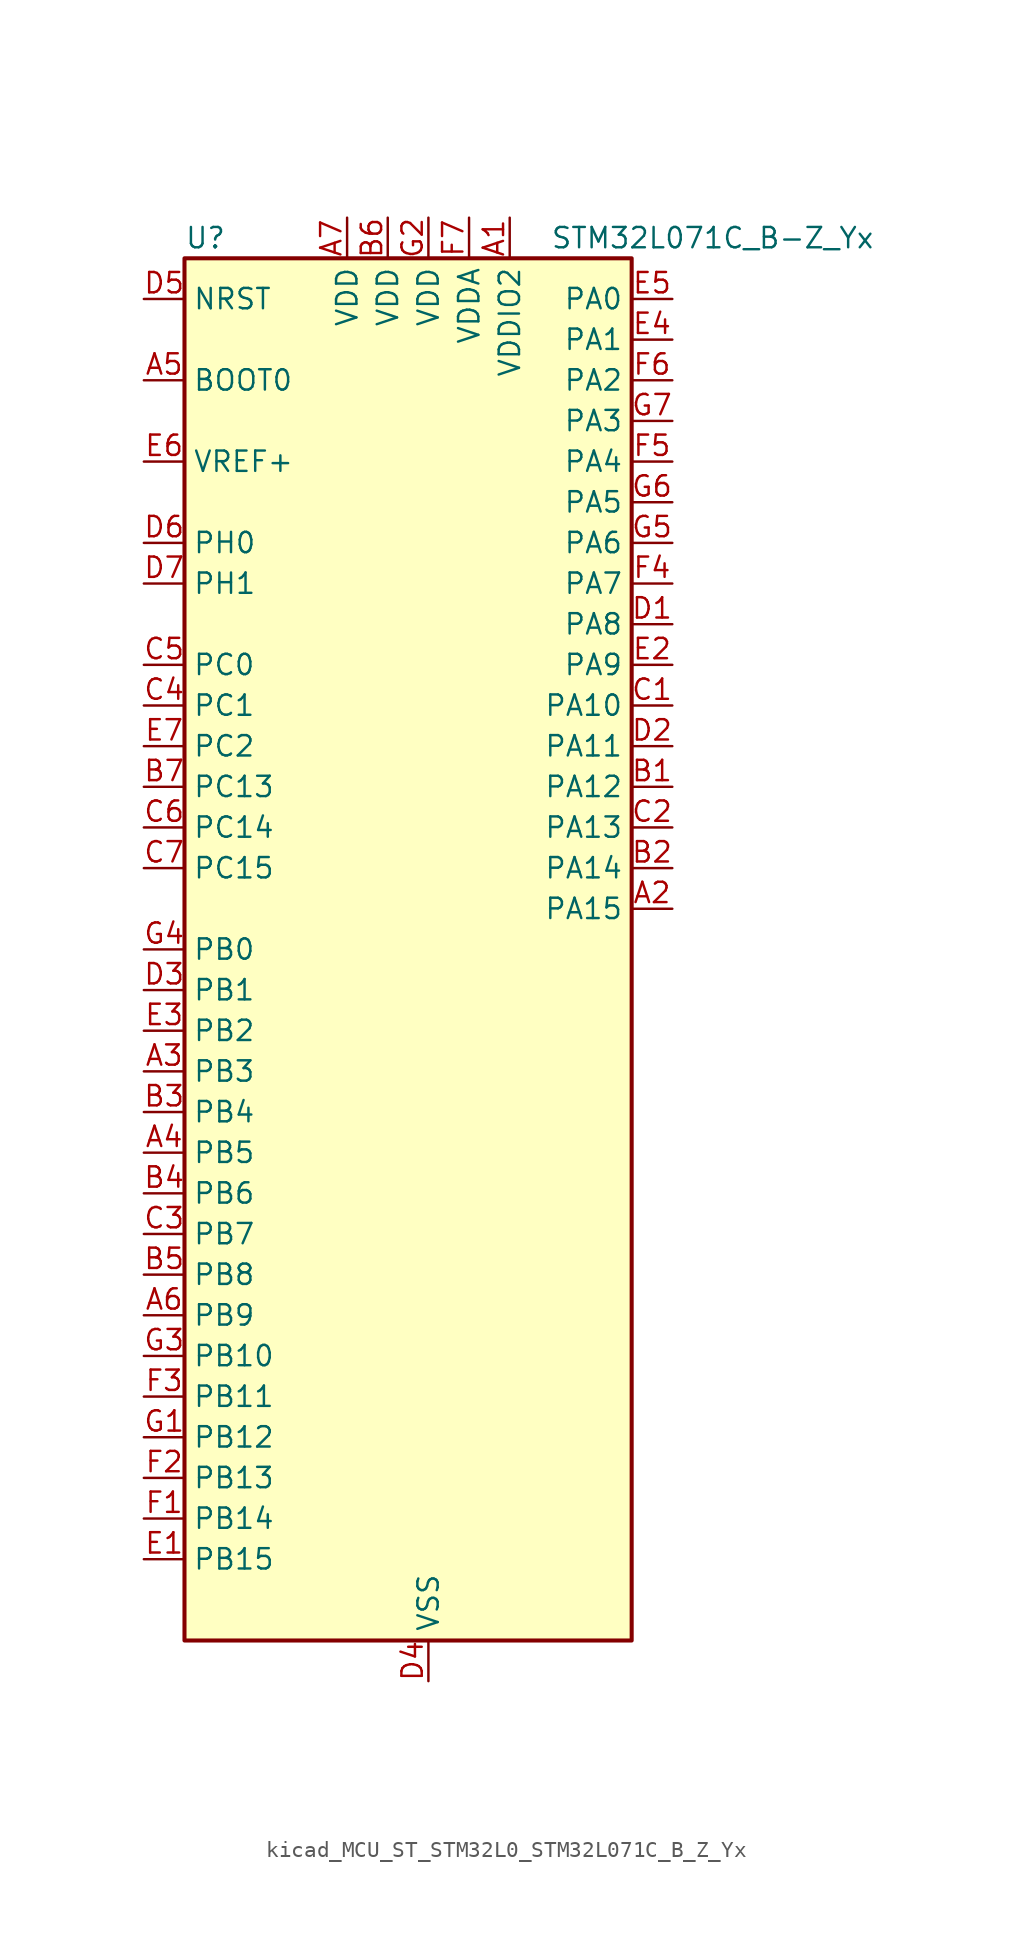
<source format=kicad_sym>
(kicad_symbol_lib
  (version 20220914)
  (generator kicad_symbol_editor)
  (symbol "kicad_MCU_ST_STM32L0_STM32L071C_B_Z_Yx"
    (property "Reference" "U"
      (at -12.7 44.45 0)
      (effects (font (size 1.27 1.27)) (justify left)))
    (property "Value" "STM32L071C_B-Z_Yx"
      (at 10.16 44.45 0)
      (effects (font (size 1.27 1.27)) (justify left)))
    (property "ki_locked" ""
      (at 0 0 0)
      (effects (font (size 1.27 1.27))))
    (symbol "kicad_MCU_ST_STM32L0_STM32L071C_B_Z_Yx_0_1"
      (rectangle (start -12.7 -43.18) (end 15.24 43.18) (stroke (width 0.254) (type default)) (fill (type background))))
    (symbol "kicad_MCU_ST_STM32L0_STM32L071C_B_Z_Yx_1_1"
      (pin power_in line (at 7.62 45.72 270) (length 2.54) (name "VDDIO2" (effects (font (size 1.27 1.27)))) (number "A1" (effects (font (size 1.27 1.27)))))
      (pin bidirectional line (at 17.78 2.54 180) (length 2.54) (name "PA15" (effects (font (size 1.27 1.27)))) (number "A2" (effects (font (size 1.27 1.27)))) (alternate "SPI1_NSS" bidirectional line) (alternate "TIM2_CH1" bidirectional line) (alternate "TIM2_ETR" bidirectional line) (alternate "USART2_RX" bidirectional line) (alternate "USART4_DE" bidirectional line) (alternate "USART4_RTS" bidirectional line))
      (pin bidirectional line (at -15.24 -7.62 0) (length 2.54) (name "PB3" (effects (font (size 1.27 1.27)))) (number "A3" (effects (font (size 1.27 1.27)))) (alternate "COMP2_INM" bidirectional line) (alternate "SPI1_SCK" bidirectional line) (alternate "TIM2_CH2" bidirectional line) (alternate "USART1_DE" bidirectional line) (alternate "USART1_RTS" bidirectional line) (alternate "USART5_TX" bidirectional line))
      (pin bidirectional line (at -15.24 -12.7 0) (length 2.54) (name "PB5" (effects (font (size 1.27 1.27)))) (number "A4" (effects (font (size 1.27 1.27)))) (alternate "COMP2_INP" bidirectional line) (alternate "I2C1_SMBA" bidirectional line) (alternate "LPTIM1_IN1" bidirectional line) (alternate "SPI1_MOSI" bidirectional line) (alternate "TIM22_CH2" bidirectional line) (alternate "TIM3_CH2" bidirectional line) (alternate "USART1_CK" bidirectional line) (alternate "USART5_CK" bidirectional line) (alternate "USART5_DE" bidirectional line) (alternate "USART5_RTS" bidirectional line))
      (pin input line (at -15.24 35.56 0) (length 2.54) (name "BOOT0" (effects (font (size 1.27 1.27)))) (number "A5" (effects (font (size 1.27 1.27)))))
      (pin bidirectional line (at -15.24 -22.86 0) (length 2.54) (name "PB9" (effects (font (size 1.27 1.27)))) (number "A6" (effects (font (size 1.27 1.27)))) (alternate "I2C1_SDA" bidirectional line) (alternate "I2S2_WS" bidirectional line) (alternate "SPI2_NSS" bidirectional line))
      (pin power_in line (at -2.54 45.72 270) (length 2.54) (name "VDD" (effects (font (size 1.27 1.27)))) (number "A7" (effects (font (size 1.27 1.27)))))
      (pin bidirectional line (at 17.78 10.16 180) (length 2.54) (name "PA12" (effects (font (size 1.27 1.27)))) (number "B1" (effects (font (size 1.27 1.27)))) (alternate "COMP2_OUT" bidirectional line) (alternate "SPI1_MOSI" bidirectional line) (alternate "USART1_DE" bidirectional line) (alternate "USART1_RTS" bidirectional line))
      (pin bidirectional line (at 17.78 5.08 180) (length 2.54) (name "PA14" (effects (font (size 1.27 1.27)))) (number "B2" (effects (font (size 1.27 1.27)))) (alternate "LPUART1_TX" bidirectional line) (alternate "SYS_SWCLK" bidirectional line) (alternate "USART2_TX" bidirectional line))
      (pin bidirectional line (at -15.24 -10.16 0) (length 2.54) (name "PB4" (effects (font (size 1.27 1.27)))) (number "B3" (effects (font (size 1.27 1.27)))) (alternate "COMP2_INP" bidirectional line) (alternate "I2C3_SDA" bidirectional line) (alternate "SPI1_MISO" bidirectional line) (alternate "TIM22_CH1" bidirectional line) (alternate "TIM3_CH1" bidirectional line) (alternate "USART1_CTS" bidirectional line) (alternate "USART5_RX" bidirectional line))
      (pin bidirectional line (at -15.24 -15.24 0) (length 2.54) (name "PB6" (effects (font (size 1.27 1.27)))) (number "B4" (effects (font (size 1.27 1.27)))) (alternate "COMP2_INP" bidirectional line) (alternate "I2C1_SCL" bidirectional line) (alternate "LPTIM1_ETR" bidirectional line) (alternate "USART1_TX" bidirectional line))
      (pin bidirectional line (at -15.24 -20.32 0) (length 2.54) (name "PB8" (effects (font (size 1.27 1.27)))) (number "B5" (effects (font (size 1.27 1.27)))) (alternate "I2C1_SCL" bidirectional line))
      (pin power_in line (at 0 45.72 270) (length 2.54) (name "VDD" (effects (font (size 1.27 1.27)))) (number "B6" (effects (font (size 1.27 1.27)))))
      (pin bidirectional line (at -15.24 10.16 0) (length 2.54) (name "PC13" (effects (font (size 1.27 1.27)))) (number "B7" (effects (font (size 1.27 1.27)))) (alternate "RTC_OUT_ALARM" bidirectional line) (alternate "RTC_OUT_CALIB" bidirectional line) (alternate "RTC_TAMP1" bidirectional line) (alternate "RTC_TS" bidirectional line) (alternate "SYS_WKUP2" bidirectional line))
      (pin bidirectional line (at 17.78 15.24 180) (length 2.54) (name "PA10" (effects (font (size 1.27 1.27)))) (number "C1" (effects (font (size 1.27 1.27)))) (alternate "I2C1_SDA" bidirectional line) (alternate "USART1_RX" bidirectional line))
      (pin bidirectional line (at 17.78 7.62 180) (length 2.54) (name "PA13" (effects (font (size 1.27 1.27)))) (number "C2" (effects (font (size 1.27 1.27)))) (alternate "LPUART1_RX" bidirectional line) (alternate "SYS_SWDIO" bidirectional line))
      (pin bidirectional line (at -15.24 -17.78 0) (length 2.54) (name "PB7" (effects (font (size 1.27 1.27)))) (number "C3" (effects (font (size 1.27 1.27)))) (alternate "COMP2_INP" bidirectional line) (alternate "I2C1_SDA" bidirectional line) (alternate "LPTIM1_IN2" bidirectional line) (alternate "SYS_PVD_IN" bidirectional line) (alternate "USART1_RX" bidirectional line) (alternate "USART4_CTS" bidirectional line))
      (pin bidirectional line (at -15.24 15.24 0) (length 2.54) (name "PC1" (effects (font (size 1.27 1.27)))) (number "C4" (effects (font (size 1.27 1.27)))) (alternate "ADC_IN11" bidirectional line) (alternate "I2C3_SDA" bidirectional line) (alternate "LPTIM1_OUT" bidirectional line) (alternate "LPUART1_TX" bidirectional line))
      (pin bidirectional line (at -15.24 17.78 0) (length 2.54) (name "PC0" (effects (font (size 1.27 1.27)))) (number "C5" (effects (font (size 1.27 1.27)))) (alternate "ADC_IN10" bidirectional line) (alternate "I2C3_SCL" bidirectional line) (alternate "LPTIM1_IN1" bidirectional line) (alternate "LPUART1_RX" bidirectional line))
      (pin bidirectional line (at -15.24 7.62 0) (length 2.54) (name "PC14" (effects (font (size 1.27 1.27)))) (number "C6" (effects (font (size 1.27 1.27)))) (alternate "RCC_OSC32_IN" bidirectional line))
      (pin bidirectional line (at -15.24 5.08 0) (length 2.54) (name "PC15" (effects (font (size 1.27 1.27)))) (number "C7" (effects (font (size 1.27 1.27)))) (alternate "RCC_OSC32_OUT" bidirectional line))
      (pin bidirectional line (at 17.78 20.32 180) (length 2.54) (name "PA8" (effects (font (size 1.27 1.27)))) (number "D1" (effects (font (size 1.27 1.27)))) (alternate "I2C3_SCL" bidirectional line) (alternate "RCC_MCO" bidirectional line) (alternate "USART1_CK" bidirectional line))
      (pin bidirectional line (at 17.78 12.7 180) (length 2.54) (name "PA11" (effects (font (size 1.27 1.27)))) (number "D2" (effects (font (size 1.27 1.27)))) (alternate "ADC_EXTI11" bidirectional line) (alternate "COMP1_OUT" bidirectional line) (alternate "SPI1_MISO" bidirectional line) (alternate "USART1_CTS" bidirectional line))
      (pin bidirectional line (at -15.24 -2.54 0) (length 2.54) (name "PB1" (effects (font (size 1.27 1.27)))) (number "D3" (effects (font (size 1.27 1.27)))) (alternate "ADC_IN9" bidirectional line) (alternate "LPUART1_DE" bidirectional line) (alternate "LPUART1_RTS" bidirectional line) (alternate "SYS_VREF_OUT_PB1" bidirectional line) (alternate "TIM3_CH4" bidirectional line))
      (pin power_in line (at 2.54 -45.72 90) (length 2.54) (name "VSS" (effects (font (size 1.27 1.27)))) (number "D4" (effects (font (size 1.27 1.27)))))
      (pin input line (at -15.24 40.64 0) (length 2.54) (name "NRST" (effects (font (size 1.27 1.27)))) (number "D5" (effects (font (size 1.27 1.27)))))
      (pin bidirectional line (at -15.24 25.4 0) (length 2.54) (name "PH0" (effects (font (size 1.27 1.27)))) (number "D6" (effects (font (size 1.27 1.27)))) (alternate "RCC_OSC_IN" bidirectional line))
      (pin bidirectional line (at -15.24 22.86 0) (length 2.54) (name "PH1" (effects (font (size 1.27 1.27)))) (number "D7" (effects (font (size 1.27 1.27)))) (alternate "RCC_OSC_OUT" bidirectional line))
      (pin bidirectional line (at -15.24 -38.1 0) (length 2.54) (name "PB15" (effects (font (size 1.27 1.27)))) (number "E1" (effects (font (size 1.27 1.27)))) (alternate "I2S2_SD" bidirectional line) (alternate "RTC_REFIN" bidirectional line) (alternate "SPI2_MOSI" bidirectional line))
      (pin bidirectional line (at 17.78 17.78 180) (length 2.54) (name "PA9" (effects (font (size 1.27 1.27)))) (number "E2" (effects (font (size 1.27 1.27)))) (alternate "I2C1_SCL" bidirectional line) (alternate "I2C3_SMBA" bidirectional line) (alternate "RCC_MCO" bidirectional line) (alternate "USART1_TX" bidirectional line))
      (pin bidirectional line (at -15.24 -5.08 0) (length 2.54) (name "PB2" (effects (font (size 1.27 1.27)))) (number "E3" (effects (font (size 1.27 1.27)))) (alternate "I2C3_SMBA" bidirectional line) (alternate "LPTIM1_OUT" bidirectional line))
      (pin bidirectional line (at 17.78 38.1 180) (length 2.54) (name "PA1" (effects (font (size 1.27 1.27)))) (number "E4" (effects (font (size 1.27 1.27)))) (alternate "ADC_IN1" bidirectional line) (alternate "COMP1_INP" bidirectional line) (alternate "TIM21_ETR" bidirectional line) (alternate "TIM2_CH2" bidirectional line) (alternate "USART2_DE" bidirectional line) (alternate "USART2_RTS" bidirectional line) (alternate "USART4_RX" bidirectional line))
      (pin bidirectional line (at 17.78 40.64 180) (length 2.54) (name "PA0" (effects (font (size 1.27 1.27)))) (number "E5" (effects (font (size 1.27 1.27)))) (alternate "ADC_IN0" bidirectional line) (alternate "COMP1_INM" bidirectional line) (alternate "COMP1_OUT" bidirectional line) (alternate "RTC_TAMP2" bidirectional line) (alternate "SYS_WKUP1" bidirectional line) (alternate "TIM2_CH1" bidirectional line) (alternate "TIM2_ETR" bidirectional line) (alternate "USART2_CTS" bidirectional line) (alternate "USART4_TX" bidirectional line))
      (pin input line (at -15.24 30.48 0) (length 2.54) (name "VREF+" (effects (font (size 1.27 1.27)))) (number "E6" (effects (font (size 1.27 1.27)))))
      (pin bidirectional line (at -15.24 12.7 0) (length 2.54) (name "PC2" (effects (font (size 1.27 1.27)))) (number "E7" (effects (font (size 1.27 1.27)))) (alternate "ADC_IN12" bidirectional line) (alternate "I2S2_MCK" bidirectional line) (alternate "LPTIM1_IN2" bidirectional line) (alternate "SPI2_MISO" bidirectional line))
      (pin bidirectional line (at -15.24 -35.56 0) (length 2.54) (name "PB14" (effects (font (size 1.27 1.27)))) (number "F1" (effects (font (size 1.27 1.27)))) (alternate "I2C2_SDA" bidirectional line) (alternate "I2S2_MCK" bidirectional line) (alternate "LPUART1_DE" bidirectional line) (alternate "LPUART1_RTS" bidirectional line) (alternate "RTC_OUT_ALARM" bidirectional line) (alternate "RTC_OUT_CALIB" bidirectional line) (alternate "SPI2_MISO" bidirectional line) (alternate "TIM21_CH2" bidirectional line))
      (pin bidirectional line (at -15.24 -33.02 0) (length 2.54) (name "PB13" (effects (font (size 1.27 1.27)))) (number "F2" (effects (font (size 1.27 1.27)))) (alternate "I2C2_SCL" bidirectional line) (alternate "I2S2_CK" bidirectional line) (alternate "LPUART1_CTS" bidirectional line) (alternate "RCC_MCO" bidirectional line) (alternate "SPI2_SCK" bidirectional line) (alternate "TIM21_CH1" bidirectional line))
      (pin bidirectional line (at -15.24 -27.94 0) (length 2.54) (name "PB11" (effects (font (size 1.27 1.27)))) (number "F3" (effects (font (size 1.27 1.27)))) (alternate "ADC_EXTI11" bidirectional line) (alternate "I2C2_SDA" bidirectional line) (alternate "LPUART1_RX" bidirectional line) (alternate "LPUART1_TX" bidirectional line) (alternate "TIM2_CH4" bidirectional line))
      (pin bidirectional line (at 17.78 22.86 180) (length 2.54) (name "PA7" (effects (font (size 1.27 1.27)))) (number "F4" (effects (font (size 1.27 1.27)))) (alternate "ADC_IN7" bidirectional line) (alternate "COMP2_OUT" bidirectional line) (alternate "SPI1_MOSI" bidirectional line) (alternate "TIM22_CH2" bidirectional line) (alternate "TIM3_CH2" bidirectional line))
      (pin bidirectional line (at 17.78 30.48 180) (length 2.54) (name "PA4" (effects (font (size 1.27 1.27)))) (number "F5" (effects (font (size 1.27 1.27)))) (alternate "ADC_IN4" bidirectional line) (alternate "COMP1_INM" bidirectional line) (alternate "COMP2_INM" bidirectional line) (alternate "SPI1_NSS" bidirectional line) (alternate "TIM22_ETR" bidirectional line) (alternate "USART2_CK" bidirectional line))
      (pin bidirectional line (at 17.78 35.56 180) (length 2.54) (name "PA2" (effects (font (size 1.27 1.27)))) (number "F6" (effects (font (size 1.27 1.27)))) (alternate "ADC_IN2" bidirectional line) (alternate "COMP2_INM" bidirectional line) (alternate "COMP2_OUT" bidirectional line) (alternate "LPUART1_TX" bidirectional line) (alternate "TIM21_CH1" bidirectional line) (alternate "TIM2_CH3" bidirectional line) (alternate "USART2_TX" bidirectional line))
      (pin power_in line (at 5.08 45.72 270) (length 2.54) (name "VDDA" (effects (font (size 1.27 1.27)))) (number "F7" (effects (font (size 1.27 1.27)))))
      (pin bidirectional line (at -15.24 -30.48 0) (length 2.54) (name "PB12" (effects (font (size 1.27 1.27)))) (number "G1" (effects (font (size 1.27 1.27)))) (alternate "I2S2_WS" bidirectional line) (alternate "LPUART1_DE" bidirectional line) (alternate "LPUART1_RTS" bidirectional line) (alternate "SPI2_NSS" bidirectional line))
      (pin power_in line (at 2.54 45.72 270) (length 2.54) (name "VDD" (effects (font (size 1.27 1.27)))) (number "G2" (effects (font (size 1.27 1.27)))))
      (pin bidirectional line (at -15.24 -25.4 0) (length 2.54) (name "PB10" (effects (font (size 1.27 1.27)))) (number "G3" (effects (font (size 1.27 1.27)))) (alternate "I2C2_SCL" bidirectional line) (alternate "LPUART1_RX" bidirectional line) (alternate "LPUART1_TX" bidirectional line) (alternate "SPI2_SCK" bidirectional line) (alternate "TIM2_CH3" bidirectional line))
      (pin bidirectional line (at -15.24 0 0) (length 2.54) (name "PB0" (effects (font (size 1.27 1.27)))) (number "G4" (effects (font (size 1.27 1.27)))) (alternate "ADC_IN8" bidirectional line) (alternate "SYS_VREF_OUT_PB0" bidirectional line) (alternate "TIM3_CH3" bidirectional line))
      (pin bidirectional line (at 17.78 25.4 180) (length 2.54) (name "PA6" (effects (font (size 1.27 1.27)))) (number "G5" (effects (font (size 1.27 1.27)))) (alternate "ADC_IN6" bidirectional line) (alternate "COMP1_OUT" bidirectional line) (alternate "LPUART1_CTS" bidirectional line) (alternate "SPI1_MISO" bidirectional line) (alternate "TIM22_CH1" bidirectional line) (alternate "TIM3_CH1" bidirectional line))
      (pin bidirectional line (at 17.78 27.94 180) (length 2.54) (name "PA5" (effects (font (size 1.27 1.27)))) (number "G6" (effects (font (size 1.27 1.27)))) (alternate "ADC_IN5" bidirectional line) (alternate "COMP1_INM" bidirectional line) (alternate "COMP2_INM" bidirectional line) (alternate "SPI1_SCK" bidirectional line) (alternate "TIM2_CH1" bidirectional line) (alternate "TIM2_ETR" bidirectional line))
      (pin bidirectional line (at 17.78 33.02 180) (length 2.54) (name "PA3" (effects (font (size 1.27 1.27)))) (number "G7" (effects (font (size 1.27 1.27)))) (alternate "ADC_IN3" bidirectional line) (alternate "COMP2_INP" bidirectional line) (alternate "LPUART1_RX" bidirectional line) (alternate "TIM21_CH2" bidirectional line) (alternate "TIM2_CH4" bidirectional line) (alternate "USART2_RX" bidirectional line)))))
</source>
